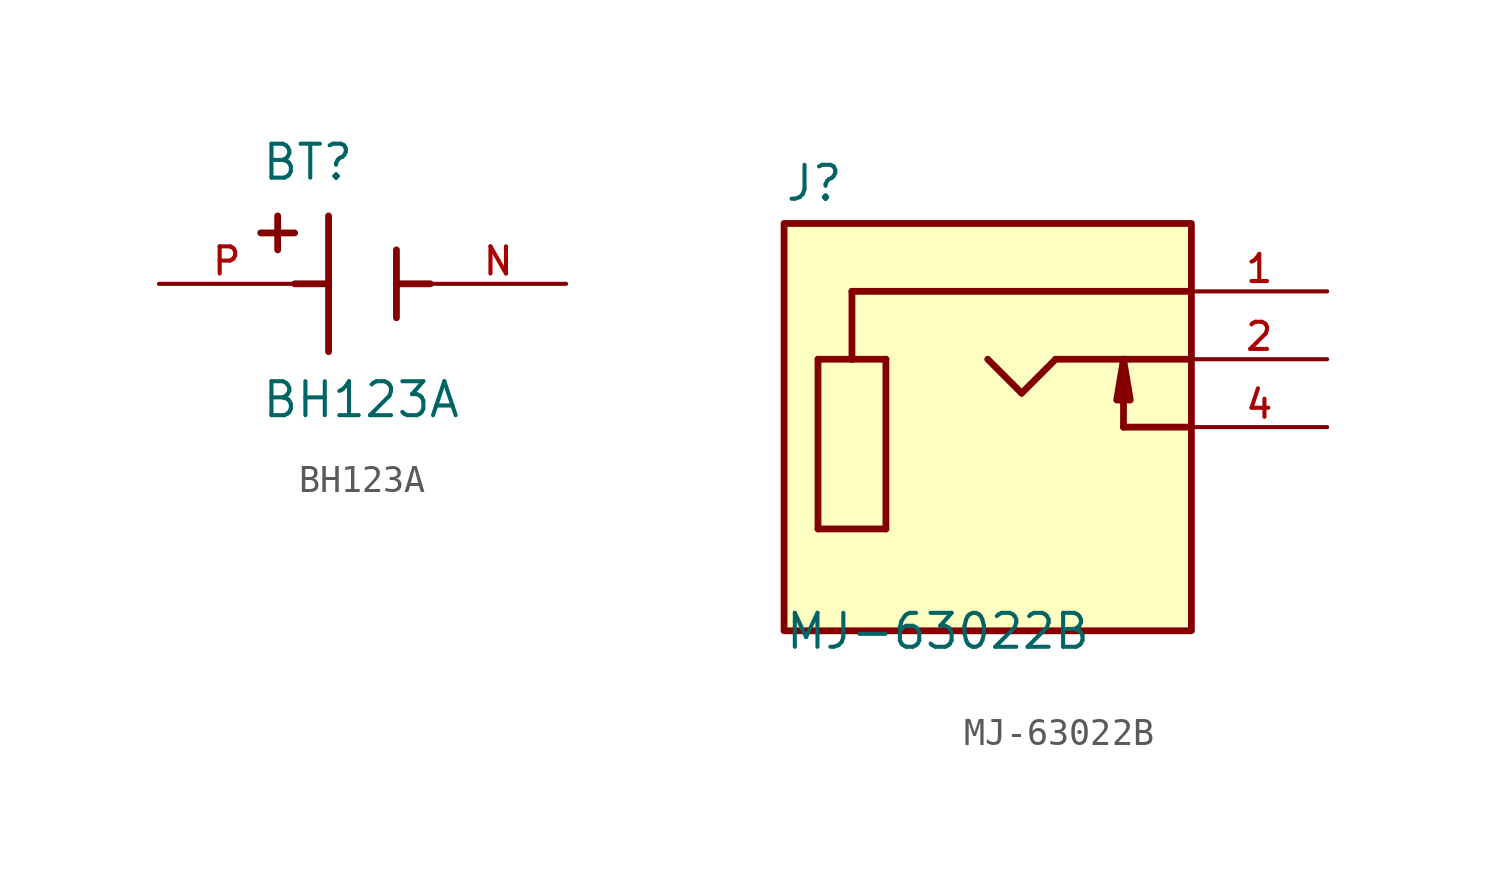
<source format=kicad_sym>
(kicad_symbol_lib
  (version 20211014)
  (generator kicad_symbol_editor)
  (symbol "BH123A"
    (pin_names
      (offset 1.016) hide)
    (property "Reference" "BT"
      (at -3.81 3.81 0)
      (effects (font (size 1.27 1.27)) (justify left bottom)))
    (property "Value" "BH123A"
      (at -3.81 -5.08 0)
      (effects (font (size 1.27 1.27)) (justify left bottom)))
    (property "ki_locked" ""
      (at 0 0 0)
      (effects (font (size 1.27 1.27))))
    (symbol "BH123A_0_0"
      (polyline (pts (xy -3.81 1.905) (xy -2.54 1.905)) (stroke (width 0.254) (type default) (color 0 0 0 0)) (fill (type none)))
      (polyline (pts (xy -3.175 2.54) (xy -3.175 1.27)) (stroke (width 0.254) (type default) (color 0 0 0 0)) (fill (type none)))
      (polyline (pts (xy -1.27 0) (xy -2.54 0)) (stroke (width 0.254) (type default) (color 0 0 0 0)) (fill (type none)))
      (polyline (pts (xy -1.27 0) (xy -1.27 -2.54)) (stroke (width 0.254) (type default) (color 0 0 0 0)) (fill (type none)))
      (polyline (pts (xy -1.27 2.54) (xy -1.27 0)) (stroke (width 0.254) (type default) (color 0 0 0 0)) (fill (type none)))
      (polyline (pts (xy 1.27 0) (xy 1.27 -1.27)) (stroke (width 0.254) (type default) (color 0 0 0 0)) (fill (type none)))
      (polyline (pts (xy 1.27 0) (xy 2.54 0)) (stroke (width 0.254) (type default) (color 0 0 0 0)) (fill (type none)))
      (polyline (pts (xy 1.27 1.27) (xy 1.27 0)) (stroke (width 0.254) (type default) (color 0 0 0 0)) (fill (type none)))
      (pin passive line (at 7.62 0 180) (length 5.08) (name "~" (effects (font (size 1.016 1.016)))) (number "N" (effects (font (size 1.016 1.016)))))
      (pin passive line (at -7.62 0 0) (length 5.08) (name "~" (effects (font (size 1.016 1.016)))) (number "P" (effects (font (size 1.016 1.016)))))))
  (symbol "MJ-63022B"
    (pin_names
      (offset 1.016) hide)
    (property "Reference" "J"
      (at -7.62 8.382 0)
      (effects (font (size 1.27 1.27)) (justify left bottom)))
    (property "Value" "MJ-63022B"
      (at -7.62 -8.382 0)
      (effects (font (size 1.27 1.27)) (justify left bottom)))
    (property "ki_locked" ""
      (at 0 0 0)
      (effects (font (size 1.27 1.27))))
    (symbol "MJ-63022B_0_0"
      (rectangle (start -7.62 -7.62) (end 7.62 7.62) (stroke (width 0.254) (type default) (color 0 0 0 0)) (fill (type background)))
      (polyline (pts (xy -6.35 -3.81) (xy -6.35 2.54)) (stroke (width 0.254) (type default) (color 0 0 0 0)) (fill (type none)))
      (polyline (pts (xy -6.35 2.54) (xy -5.08 2.54)) (stroke (width 0.254) (type default) (color 0 0 0 0)) (fill (type none)))
      (polyline (pts (xy -5.08 2.54) (xy -5.08 5.08)) (stroke (width 0.254) (type default) (color 0 0 0 0)) (fill (type none)))
      (polyline (pts (xy -5.08 2.54) (xy -3.81 2.54)) (stroke (width 0.254) (type default) (color 0 0 0 0)) (fill (type none)))
      (polyline (pts (xy -5.08 5.08) (xy 7.62 5.08)) (stroke (width 0.254) (type default) (color 0 0 0 0)) (fill (type none)))
      (polyline (pts (xy -3.81 -3.81) (xy -6.35 -3.81)) (stroke (width 0.254) (type default) (color 0 0 0 0)) (fill (type none)))
      (polyline (pts (xy -3.81 2.54) (xy -3.81 -3.81)) (stroke (width 0.254) (type default) (color 0 0 0 0)) (fill (type none)))
      (polyline (pts (xy 0 2.54) (xy 1.27 1.27)) (stroke (width 0.254) (type default) (color 0 0 0 0)) (fill (type none)))
      (polyline (pts (xy 1.27 1.27) (xy 2.54 2.54)) (stroke (width 0.254) (type default) (color 0 0 0 0)) (fill (type none)))
      (polyline (pts (xy 2.54 2.54) (xy 5.08 2.54)) (stroke (width 0.254) (type default) (color 0 0 0 0)) (fill (type none)))
      (polyline (pts (xy 5.08 0) (xy 5.08 2.54)) (stroke (width 0.254) (type default) (color 0 0 0 0)) (fill (type none)))
      (polyline (pts (xy 5.08 0) (xy 7.62 0)) (stroke (width 0.254) (type default) (color 0 0 0 0)) (fill (type none)))
      (polyline (pts (xy 5.08 2.54) (xy 7.62 2.54)) (stroke (width 0.254) (type default) (color 0 0 0 0)) (fill (type none)))
      (polyline (pts (xy 5.08 2.54) (xy 4.826 1.016) (xy 5.334 1.016) (xy 5.08 2.54)) (stroke (width 0.254) (type default) (color 0 0 0 0)) (fill (type background)))
      (pin passive line (at 12.7 5.08 180) (length 5.08) (name "~" (effects (font (size 1.016 1.016)))) (number "1" (effects (font (size 1.016 1.016)))))
      (pin passive line (at 12.7 2.54 180) (length 5.08) (name "~" (effects (font (size 1.016 1.016)))) (number "2" (effects (font (size 1.016 1.016)))))
      (pin passive line (at 12.7 0 180) (length 5.08) (name "~" (effects (font (size 1.016 1.016)))) (number "4" (effects (font (size 1.016 1.016))))))))
</source>
